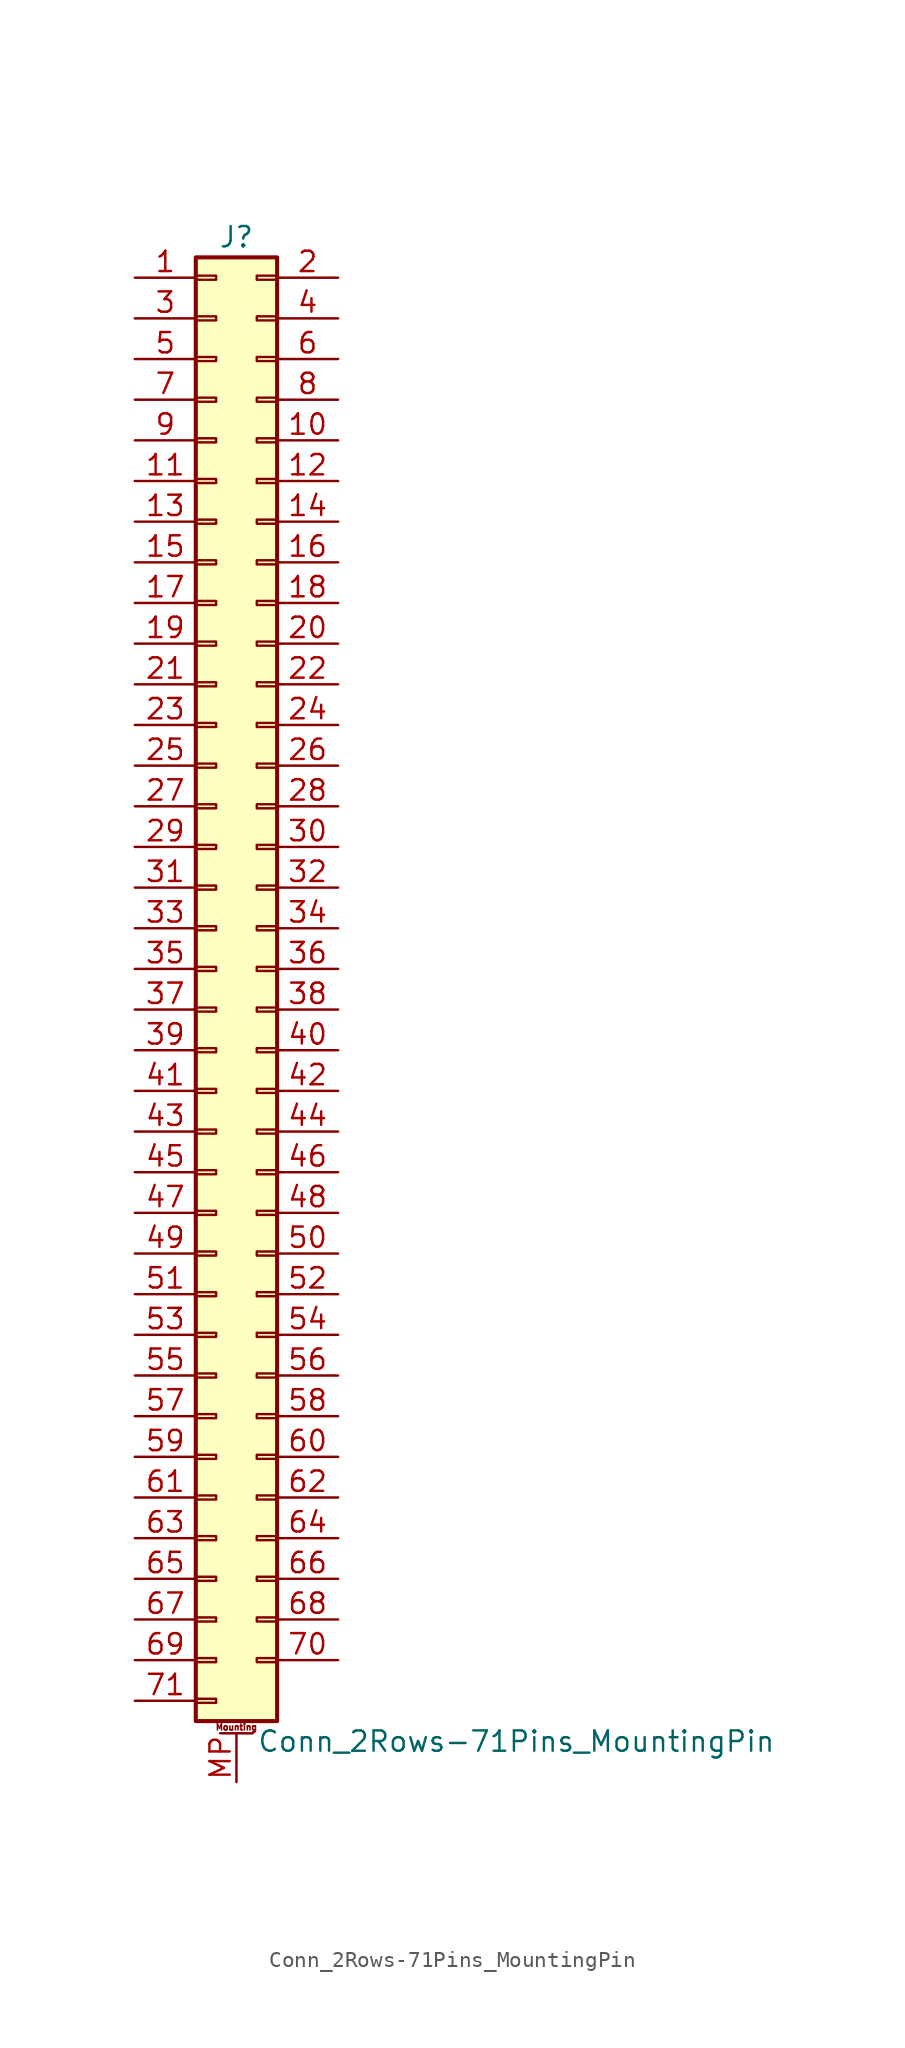
<source format=kicad_sym>
(kicad_symbol_lib
  (version 20211014)
  (generator kicad_symbol_editor)
  (symbol "Conn_2Rows-71Pins_MountingPin"
    (pin_names
      (offset 1.016) hide)
    (property "Reference" "J"
      (at 1.27 45.72 0)
      (effects (font (size 1.27 1.27))))
    (property "Value" "Conn_2Rows-71Pins_MountingPin"
      (at 2.54 -48.26 0)
      (effects (font (size 1.27 1.27)) (justify left)))
    (symbol "Conn_2Rows-71Pins_MountingPin_1_1"
      (rectangle (start -1.27 -45.593) (end 0 -45.847) (stroke (width 0.152) (type default) (color 0 0 0 0)) (fill (type none)))
      (rectangle (start -1.27 -43.053) (end 0 -43.307) (stroke (width 0.152) (type default) (color 0 0 0 0)) (fill (type none)))
      (rectangle (start -1.27 -40.513) (end 0 -40.767) (stroke (width 0.152) (type default) (color 0 0 0 0)) (fill (type none)))
      (rectangle (start -1.27 -37.973) (end 0 -38.227) (stroke (width 0.152) (type default) (color 0 0 0 0)) (fill (type none)))
      (rectangle (start -1.27 -35.433) (end 0 -35.687) (stroke (width 0.152) (type default) (color 0 0 0 0)) (fill (type none)))
      (rectangle (start -1.27 -32.893) (end 0 -33.147) (stroke (width 0.152) (type default) (color 0 0 0 0)) (fill (type none)))
      (rectangle (start -1.27 -30.353) (end 0 -30.607) (stroke (width 0.152) (type default) (color 0 0 0 0)) (fill (type none)))
      (rectangle (start -1.27 -27.813) (end 0 -28.067) (stroke (width 0.152) (type default) (color 0 0 0 0)) (fill (type none)))
      (rectangle (start -1.27 -25.273) (end 0 -25.527) (stroke (width 0.152) (type default) (color 0 0 0 0)) (fill (type none)))
      (rectangle (start -1.27 -22.733) (end 0 -22.987) (stroke (width 0.152) (type default) (color 0 0 0 0)) (fill (type none)))
      (rectangle (start -1.27 -20.193) (end 0 -20.447) (stroke (width 0.152) (type default) (color 0 0 0 0)) (fill (type none)))
      (rectangle (start -1.27 -17.653) (end 0 -17.907) (stroke (width 0.152) (type default) (color 0 0 0 0)) (fill (type none)))
      (rectangle (start -1.27 -15.113) (end 0 -15.367) (stroke (width 0.152) (type default) (color 0 0 0 0)) (fill (type none)))
      (rectangle (start -1.27 -12.573) (end 0 -12.827) (stroke (width 0.152) (type default) (color 0 0 0 0)) (fill (type none)))
      (rectangle (start -1.27 -10.033) (end 0 -10.287) (stroke (width 0.152) (type default) (color 0 0 0 0)) (fill (type none)))
      (rectangle (start -1.27 -7.493) (end 0 -7.747) (stroke (width 0.152) (type default) (color 0 0 0 0)) (fill (type none)))
      (rectangle (start -1.27 -4.953) (end 0 -5.207) (stroke (width 0.152) (type default) (color 0 0 0 0)) (fill (type none)))
      (rectangle (start -1.27 -2.413) (end 0 -2.667) (stroke (width 0.152) (type default) (color 0 0 0 0)) (fill (type none)))
      (rectangle (start -1.27 0.127) (end 0 -0.127) (stroke (width 0.152) (type default) (color 0 0 0 0)) (fill (type none)))
      (rectangle (start -1.27 2.667) (end 0 2.413) (stroke (width 0.152) (type default) (color 0 0 0 0)) (fill (type none)))
      (rectangle (start -1.27 5.207) (end 0 4.953) (stroke (width 0.152) (type default) (color 0 0 0 0)) (fill (type none)))
      (rectangle (start -1.27 7.747) (end 0 7.493) (stroke (width 0.152) (type default) (color 0 0 0 0)) (fill (type none)))
      (rectangle (start -1.27 10.287) (end 0 10.033) (stroke (width 0.152) (type default) (color 0 0 0 0)) (fill (type none)))
      (rectangle (start -1.27 12.827) (end 0 12.573) (stroke (width 0.152) (type default) (color 0 0 0 0)) (fill (type none)))
      (rectangle (start -1.27 15.367) (end 0 15.113) (stroke (width 0.152) (type default) (color 0 0 0 0)) (fill (type none)))
      (rectangle (start -1.27 17.907) (end 0 17.653) (stroke (width 0.152) (type default) (color 0 0 0 0)) (fill (type none)))
      (rectangle (start -1.27 20.447) (end 0 20.193) (stroke (width 0.152) (type default) (color 0 0 0 0)) (fill (type none)))
      (rectangle (start -1.27 22.987) (end 0 22.733) (stroke (width 0.152) (type default) (color 0 0 0 0)) (fill (type none)))
      (rectangle (start -1.27 25.527) (end 0 25.273) (stroke (width 0.152) (type default) (color 0 0 0 0)) (fill (type none)))
      (rectangle (start -1.27 28.067) (end 0 27.813) (stroke (width 0.152) (type default) (color 0 0 0 0)) (fill (type none)))
      (rectangle (start -1.27 30.607) (end 0 30.353) (stroke (width 0.152) (type default) (color 0 0 0 0)) (fill (type none)))
      (rectangle (start -1.27 33.147) (end 0 32.893) (stroke (width 0.152) (type default) (color 0 0 0 0)) (fill (type none)))
      (rectangle (start -1.27 35.687) (end 0 35.433) (stroke (width 0.152) (type default) (color 0 0 0 0)) (fill (type none)))
      (rectangle (start -1.27 38.227) (end 0 37.973) (stroke (width 0.152) (type default) (color 0 0 0 0)) (fill (type none)))
      (rectangle (start -1.27 40.767) (end 0 40.513) (stroke (width 0.152) (type default) (color 0 0 0 0)) (fill (type none)))
      (rectangle (start -1.27 43.307) (end 0 43.053) (stroke (width 0.152) (type default) (color 0 0 0 0)) (fill (type none)))
      (rectangle (start -1.27 44.45) (end 3.81 -46.99) (stroke (width 0.254) (type default) (color 0 0 0 0)) (fill (type background)))
      (polyline (pts (xy 0.254 -47.752) (xy 2.286 -47.752)) (stroke (width 0.152) (type default) (color 0 0 0 0)) (fill (type none)))
      (rectangle (start 3.81 -43.053) (end 2.54 -43.307) (stroke (width 0.152) (type default) (color 0 0 0 0)) (fill (type none)))
      (rectangle (start 3.81 -40.513) (end 2.54 -40.767) (stroke (width 0.152) (type default) (color 0 0 0 0)) (fill (type none)))
      (rectangle (start 3.81 -37.973) (end 2.54 -38.227) (stroke (width 0.152) (type default) (color 0 0 0 0)) (fill (type none)))
      (rectangle (start 3.81 -35.433) (end 2.54 -35.687) (stroke (width 0.152) (type default) (color 0 0 0 0)) (fill (type none)))
      (rectangle (start 3.81 -32.893) (end 2.54 -33.147) (stroke (width 0.152) (type default) (color 0 0 0 0)) (fill (type none)))
      (rectangle (start 3.81 -30.353) (end 2.54 -30.607) (stroke (width 0.152) (type default) (color 0 0 0 0)) (fill (type none)))
      (rectangle (start 3.81 -27.813) (end 2.54 -28.067) (stroke (width 0.152) (type default) (color 0 0 0 0)) (fill (type none)))
      (rectangle (start 3.81 -25.273) (end 2.54 -25.527) (stroke (width 0.152) (type default) (color 0 0 0 0)) (fill (type none)))
      (rectangle (start 3.81 -22.733) (end 2.54 -22.987) (stroke (width 0.152) (type default) (color 0 0 0 0)) (fill (type none)))
      (rectangle (start 3.81 -20.193) (end 2.54 -20.447) (stroke (width 0.152) (type default) (color 0 0 0 0)) (fill (type none)))
      (rectangle (start 3.81 -17.653) (end 2.54 -17.907) (stroke (width 0.152) (type default) (color 0 0 0 0)) (fill (type none)))
      (rectangle (start 3.81 -15.113) (end 2.54 -15.367) (stroke (width 0.152) (type default) (color 0 0 0 0)) (fill (type none)))
      (rectangle (start 3.81 -12.573) (end 2.54 -12.827) (stroke (width 0.152) (type default) (color 0 0 0 0)) (fill (type none)))
      (rectangle (start 3.81 -10.033) (end 2.54 -10.287) (stroke (width 0.152) (type default) (color 0 0 0 0)) (fill (type none)))
      (rectangle (start 3.81 -7.493) (end 2.54 -7.747) (stroke (width 0.152) (type default) (color 0 0 0 0)) (fill (type none)))
      (rectangle (start 3.81 -4.953) (end 2.54 -5.207) (stroke (width 0.152) (type default) (color 0 0 0 0)) (fill (type none)))
      (rectangle (start 3.81 -2.413) (end 2.54 -2.667) (stroke (width 0.152) (type default) (color 0 0 0 0)) (fill (type none)))
      (rectangle (start 3.81 0.127) (end 2.54 -0.127) (stroke (width 0.152) (type default) (color 0 0 0 0)) (fill (type none)))
      (rectangle (start 3.81 2.667) (end 2.54 2.413) (stroke (width 0.152) (type default) (color 0 0 0 0)) (fill (type none)))
      (rectangle (start 3.81 5.207) (end 2.54 4.953) (stroke (width 0.152) (type default) (color 0 0 0 0)) (fill (type none)))
      (rectangle (start 3.81 7.747) (end 2.54 7.493) (stroke (width 0.152) (type default) (color 0 0 0 0)) (fill (type none)))
      (rectangle (start 3.81 10.287) (end 2.54 10.033) (stroke (width 0.152) (type default) (color 0 0 0 0)) (fill (type none)))
      (rectangle (start 3.81 12.827) (end 2.54 12.573) (stroke (width 0.152) (type default) (color 0 0 0 0)) (fill (type none)))
      (rectangle (start 3.81 15.367) (end 2.54 15.113) (stroke (width 0.152) (type default) (color 0 0 0 0)) (fill (type none)))
      (rectangle (start 3.81 17.907) (end 2.54 17.653) (stroke (width 0.152) (type default) (color 0 0 0 0)) (fill (type none)))
      (rectangle (start 3.81 20.447) (end 2.54 20.193) (stroke (width 0.152) (type default) (color 0 0 0 0)) (fill (type none)))
      (rectangle (start 3.81 22.987) (end 2.54 22.733) (stroke (width 0.152) (type default) (color 0 0 0 0)) (fill (type none)))
      (rectangle (start 3.81 25.527) (end 2.54 25.273) (stroke (width 0.152) (type default) (color 0 0 0 0)) (fill (type none)))
      (rectangle (start 3.81 28.067) (end 2.54 27.813) (stroke (width 0.152) (type default) (color 0 0 0 0)) (fill (type none)))
      (rectangle (start 3.81 30.607) (end 2.54 30.353) (stroke (width 0.152) (type default) (color 0 0 0 0)) (fill (type none)))
      (rectangle (start 3.81 33.147) (end 2.54 32.893) (stroke (width 0.152) (type default) (color 0 0 0 0)) (fill (type none)))
      (rectangle (start 3.81 35.687) (end 2.54 35.433) (stroke (width 0.152) (type default) (color 0 0 0 0)) (fill (type none)))
      (rectangle (start 3.81 38.227) (end 2.54 37.973) (stroke (width 0.152) (type default) (color 0 0 0 0)) (fill (type none)))
      (rectangle (start 3.81 40.767) (end 2.54 40.513) (stroke (width 0.152) (type default) (color 0 0 0 0)) (fill (type none)))
      (rectangle (start 3.81 43.307) (end 2.54 43.053) (stroke (width 0.152) (type default) (color 0 0 0 0)) (fill (type none)))
      (text "Mounting" (at 1.27 -47.371 0) (effects (font (size 0.381 0.381))))
      (pin passive line (at -5.08 43.18 0) (length 3.81) (name "Pin_1" (effects (font (size 1.27 1.27)))) (number "1" (effects (font (size 1.27 1.27)))))
      (pin passive line (at 7.62 33.02 180) (length 3.81) (name "Pin_10" (effects (font (size 1.27 1.27)))) (number "10" (effects (font (size 1.27 1.27)))))
      (pin passive line (at -5.08 30.48 0) (length 3.81) (name "Pin_11" (effects (font (size 1.27 1.27)))) (number "11" (effects (font (size 1.27 1.27)))))
      (pin passive line (at 7.62 30.48 180) (length 3.81) (name "Pin_12" (effects (font (size 1.27 1.27)))) (number "12" (effects (font (size 1.27 1.27)))))
      (pin passive line (at -5.08 27.94 0) (length 3.81) (name "Pin_13" (effects (font (size 1.27 1.27)))) (number "13" (effects (font (size 1.27 1.27)))))
      (pin passive line (at 7.62 27.94 180) (length 3.81) (name "Pin_14" (effects (font (size 1.27 1.27)))) (number "14" (effects (font (size 1.27 1.27)))))
      (pin passive line (at -5.08 25.4 0) (length 3.81) (name "Pin_15" (effects (font (size 1.27 1.27)))) (number "15" (effects (font (size 1.27 1.27)))))
      (pin passive line (at 7.62 25.4 180) (length 3.81) (name "Pin_16" (effects (font (size 1.27 1.27)))) (number "16" (effects (font (size 1.27 1.27)))))
      (pin passive line (at -5.08 22.86 0) (length 3.81) (name "Pin_17" (effects (font (size 1.27 1.27)))) (number "17" (effects (font (size 1.27 1.27)))))
      (pin passive line (at 7.62 22.86 180) (length 3.81) (name "Pin_18" (effects (font (size 1.27 1.27)))) (number "18" (effects (font (size 1.27 1.27)))))
      (pin passive line (at -5.08 20.32 0) (length 3.81) (name "Pin_19" (effects (font (size 1.27 1.27)))) (number "19" (effects (font (size 1.27 1.27)))))
      (pin passive line (at 7.62 43.18 180) (length 3.81) (name "Pin_2" (effects (font (size 1.27 1.27)))) (number "2" (effects (font (size 1.27 1.27)))))
      (pin passive line (at 7.62 20.32 180) (length 3.81) (name "Pin_20" (effects (font (size 1.27 1.27)))) (number "20" (effects (font (size 1.27 1.27)))))
      (pin passive line (at -5.08 17.78 0) (length 3.81) (name "Pin_21" (effects (font (size 1.27 1.27)))) (number "21" (effects (font (size 1.27 1.27)))))
      (pin passive line (at 7.62 17.78 180) (length 3.81) (name "Pin_22" (effects (font (size 1.27 1.27)))) (number "22" (effects (font (size 1.27 1.27)))))
      (pin passive line (at -5.08 15.24 0) (length 3.81) (name "Pin_23" (effects (font (size 1.27 1.27)))) (number "23" (effects (font (size 1.27 1.27)))))
      (pin passive line (at 7.62 15.24 180) (length 3.81) (name "Pin_24" (effects (font (size 1.27 1.27)))) (number "24" (effects (font (size 1.27 1.27)))))
      (pin passive line (at -5.08 12.7 0) (length 3.81) (name "Pin_25" (effects (font (size 1.27 1.27)))) (number "25" (effects (font (size 1.27 1.27)))))
      (pin passive line (at 7.62 12.7 180) (length 3.81) (name "Pin_26" (effects (font (size 1.27 1.27)))) (number "26" (effects (font (size 1.27 1.27)))))
      (pin passive line (at -5.08 10.16 0) (length 3.81) (name "Pin_27" (effects (font (size 1.27 1.27)))) (number "27" (effects (font (size 1.27 1.27)))))
      (pin passive line (at 7.62 10.16 180) (length 3.81) (name "Pin_28" (effects (font (size 1.27 1.27)))) (number "28" (effects (font (size 1.27 1.27)))))
      (pin passive line (at -5.08 7.62 0) (length 3.81) (name "Pin_29" (effects (font (size 1.27 1.27)))) (number "29" (effects (font (size 1.27 1.27)))))
      (pin passive line (at -5.08 40.64 0) (length 3.81) (name "Pin_3" (effects (font (size 1.27 1.27)))) (number "3" (effects (font (size 1.27 1.27)))))
      (pin passive line (at 7.62 7.62 180) (length 3.81) (name "Pin_30" (effects (font (size 1.27 1.27)))) (number "30" (effects (font (size 1.27 1.27)))))
      (pin passive line (at -5.08 5.08 0) (length 3.81) (name "Pin_31" (effects (font (size 1.27 1.27)))) (number "31" (effects (font (size 1.27 1.27)))))
      (pin passive line (at 7.62 5.08 180) (length 3.81) (name "Pin_32" (effects (font (size 1.27 1.27)))) (number "32" (effects (font (size 1.27 1.27)))))
      (pin passive line (at -5.08 2.54 0) (length 3.81) (name "Pin_33" (effects (font (size 1.27 1.27)))) (number "33" (effects (font (size 1.27 1.27)))))
      (pin passive line (at 7.62 2.54 180) (length 3.81) (name "Pin_34" (effects (font (size 1.27 1.27)))) (number "34" (effects (font (size 1.27 1.27)))))
      (pin passive line (at -5.08 0 0) (length 3.81) (name "Pin_35" (effects (font (size 1.27 1.27)))) (number "35" (effects (font (size 1.27 1.27)))))
      (pin passive line (at 7.62 0 180) (length 3.81) (name "Pin_36" (effects (font (size 1.27 1.27)))) (number "36" (effects (font (size 1.27 1.27)))))
      (pin passive line (at -5.08 -2.54 0) (length 3.81) (name "Pin_37" (effects (font (size 1.27 1.27)))) (number "37" (effects (font (size 1.27 1.27)))))
      (pin passive line (at 7.62 -2.54 180) (length 3.81) (name "Pin_38" (effects (font (size 1.27 1.27)))) (number "38" (effects (font (size 1.27 1.27)))))
      (pin passive line (at -5.08 -5.08 0) (length 3.81) (name "Pin_39" (effects (font (size 1.27 1.27)))) (number "39" (effects (font (size 1.27 1.27)))))
      (pin passive line (at 7.62 40.64 180) (length 3.81) (name "Pin_4" (effects (font (size 1.27 1.27)))) (number "4" (effects (font (size 1.27 1.27)))))
      (pin passive line (at 7.62 -5.08 180) (length 3.81) (name "Pin_40" (effects (font (size 1.27 1.27)))) (number "40" (effects (font (size 1.27 1.27)))))
      (pin passive line (at -5.08 -7.62 0) (length 3.81) (name "Pin_41" (effects (font (size 1.27 1.27)))) (number "41" (effects (font (size 1.27 1.27)))))
      (pin passive line (at 7.62 -7.62 180) (length 3.81) (name "Pin_42" (effects (font (size 1.27 1.27)))) (number "42" (effects (font (size 1.27 1.27)))))
      (pin passive line (at -5.08 -10.16 0) (length 3.81) (name "Pin_43" (effects (font (size 1.27 1.27)))) (number "43" (effects (font (size 1.27 1.27)))))
      (pin passive line (at 7.62 -10.16 180) (length 3.81) (name "Pin_44" (effects (font (size 1.27 1.27)))) (number "44" (effects (font (size 1.27 1.27)))))
      (pin passive line (at -5.08 -12.7 0) (length 3.81) (name "Pin_45" (effects (font (size 1.27 1.27)))) (number "45" (effects (font (size 1.27 1.27)))))
      (pin passive line (at 7.62 -12.7 180) (length 3.81) (name "Pin_46" (effects (font (size 1.27 1.27)))) (number "46" (effects (font (size 1.27 1.27)))))
      (pin passive line (at -5.08 -15.24 0) (length 3.81) (name "Pin_47" (effects (font (size 1.27 1.27)))) (number "47" (effects (font (size 1.27 1.27)))))
      (pin passive line (at 7.62 -15.24 180) (length 3.81) (name "Pin_48" (effects (font (size 1.27 1.27)))) (number "48" (effects (font (size 1.27 1.27)))))
      (pin passive line (at -5.08 -17.78 0) (length 3.81) (name "Pin_49" (effects (font (size 1.27 1.27)))) (number "49" (effects (font (size 1.27 1.27)))))
      (pin passive line (at -5.08 38.1 0) (length 3.81) (name "Pin_5" (effects (font (size 1.27 1.27)))) (number "5" (effects (font (size 1.27 1.27)))))
      (pin passive line (at 7.62 -17.78 180) (length 3.81) (name "Pin_50" (effects (font (size 1.27 1.27)))) (number "50" (effects (font (size 1.27 1.27)))))
      (pin passive line (at -5.08 -20.32 0) (length 3.81) (name "Pin_51" (effects (font (size 1.27 1.27)))) (number "51" (effects (font (size 1.27 1.27)))))
      (pin passive line (at 7.62 -20.32 180) (length 3.81) (name "Pin_52" (effects (font (size 1.27 1.27)))) (number "52" (effects (font (size 1.27 1.27)))))
      (pin passive line (at -5.08 -22.86 0) (length 3.81) (name "Pin_53" (effects (font (size 1.27 1.27)))) (number "53" (effects (font (size 1.27 1.27)))))
      (pin passive line (at 7.62 -22.86 180) (length 3.81) (name "Pin_54" (effects (font (size 1.27 1.27)))) (number "54" (effects (font (size 1.27 1.27)))))
      (pin passive line (at -5.08 -25.4 0) (length 3.81) (name "Pin_55" (effects (font (size 1.27 1.27)))) (number "55" (effects (font (size 1.27 1.27)))))
      (pin passive line (at 7.62 -25.4 180) (length 3.81) (name "Pin_56" (effects (font (size 1.27 1.27)))) (number "56" (effects (font (size 1.27 1.27)))))
      (pin passive line (at -5.08 -27.94 0) (length 3.81) (name "Pin_57" (effects (font (size 1.27 1.27)))) (number "57" (effects (font (size 1.27 1.27)))))
      (pin passive line (at 7.62 -27.94 180) (length 3.81) (name "Pin_58" (effects (font (size 1.27 1.27)))) (number "58" (effects (font (size 1.27 1.27)))))
      (pin passive line (at -5.08 -30.48 0) (length 3.81) (name "Pin_59" (effects (font (size 1.27 1.27)))) (number "59" (effects (font (size 1.27 1.27)))))
      (pin passive line (at 7.62 38.1 180) (length 3.81) (name "Pin_6" (effects (font (size 1.27 1.27)))) (number "6" (effects (font (size 1.27 1.27)))))
      (pin passive line (at 7.62 -30.48 180) (length 3.81) (name "Pin_60" (effects (font (size 1.27 1.27)))) (number "60" (effects (font (size 1.27 1.27)))))
      (pin passive line (at -5.08 -33.02 0) (length 3.81) (name "Pin_61" (effects (font (size 1.27 1.27)))) (number "61" (effects (font (size 1.27 1.27)))))
      (pin passive line (at 7.62 -33.02 180) (length 3.81) (name "Pin_62" (effects (font (size 1.27 1.27)))) (number "62" (effects (font (size 1.27 1.27)))))
      (pin passive line (at -5.08 -35.56 0) (length 3.81) (name "Pin_63" (effects (font (size 1.27 1.27)))) (number "63" (effects (font (size 1.27 1.27)))))
      (pin passive line (at 7.62 -35.56 180) (length 3.81) (name "Pin_64" (effects (font (size 1.27 1.27)))) (number "64" (effects (font (size 1.27 1.27)))))
      (pin passive line (at -5.08 -38.1 0) (length 3.81) (name "Pin_65" (effects (font (size 1.27 1.27)))) (number "65" (effects (font (size 1.27 1.27)))))
      (pin passive line (at 7.62 -38.1 180) (length 3.81) (name "Pin_66" (effects (font (size 1.27 1.27)))) (number "66" (effects (font (size 1.27 1.27)))))
      (pin passive line (at -5.08 -40.64 0) (length 3.81) (name "Pin_67" (effects (font (size 1.27 1.27)))) (number "67" (effects (font (size 1.27 1.27)))))
      (pin passive line (at 7.62 -40.64 180) (length 3.81) (name "Pin_68" (effects (font (size 1.27 1.27)))) (number "68" (effects (font (size 1.27 1.27)))))
      (pin passive line (at -5.08 -43.18 0) (length 3.81) (name "Pin_69" (effects (font (size 1.27 1.27)))) (number "69" (effects (font (size 1.27 1.27)))))
      (pin passive line (at -5.08 35.56 0) (length 3.81) (name "Pin_7" (effects (font (size 1.27 1.27)))) (number "7" (effects (font (size 1.27 1.27)))))
      (pin passive line (at 7.62 -43.18 180) (length 3.81) (name "Pin_70" (effects (font (size 1.27 1.27)))) (number "70" (effects (font (size 1.27 1.27)))))
      (pin passive line (at -5.08 -45.72 0) (length 3.81) (name "Pin_71" (effects (font (size 1.27 1.27)))) (number "71" (effects (font (size 1.27 1.27)))))
      (pin passive line (at 7.62 35.56 180) (length 3.81) (name "Pin_8" (effects (font (size 1.27 1.27)))) (number "8" (effects (font (size 1.27 1.27)))))
      (pin passive line (at -5.08 33.02 0) (length 3.81) (name "Pin_9" (effects (font (size 1.27 1.27)))) (number "9" (effects (font (size 1.27 1.27)))))
      (pin passive line (at 1.27 -50.8 90) (length 3.048) (name "MountPin" (effects (font (size 1.27 1.27)))) (number "MP" (effects (font (size 1.27 1.27))))))))
</source>
